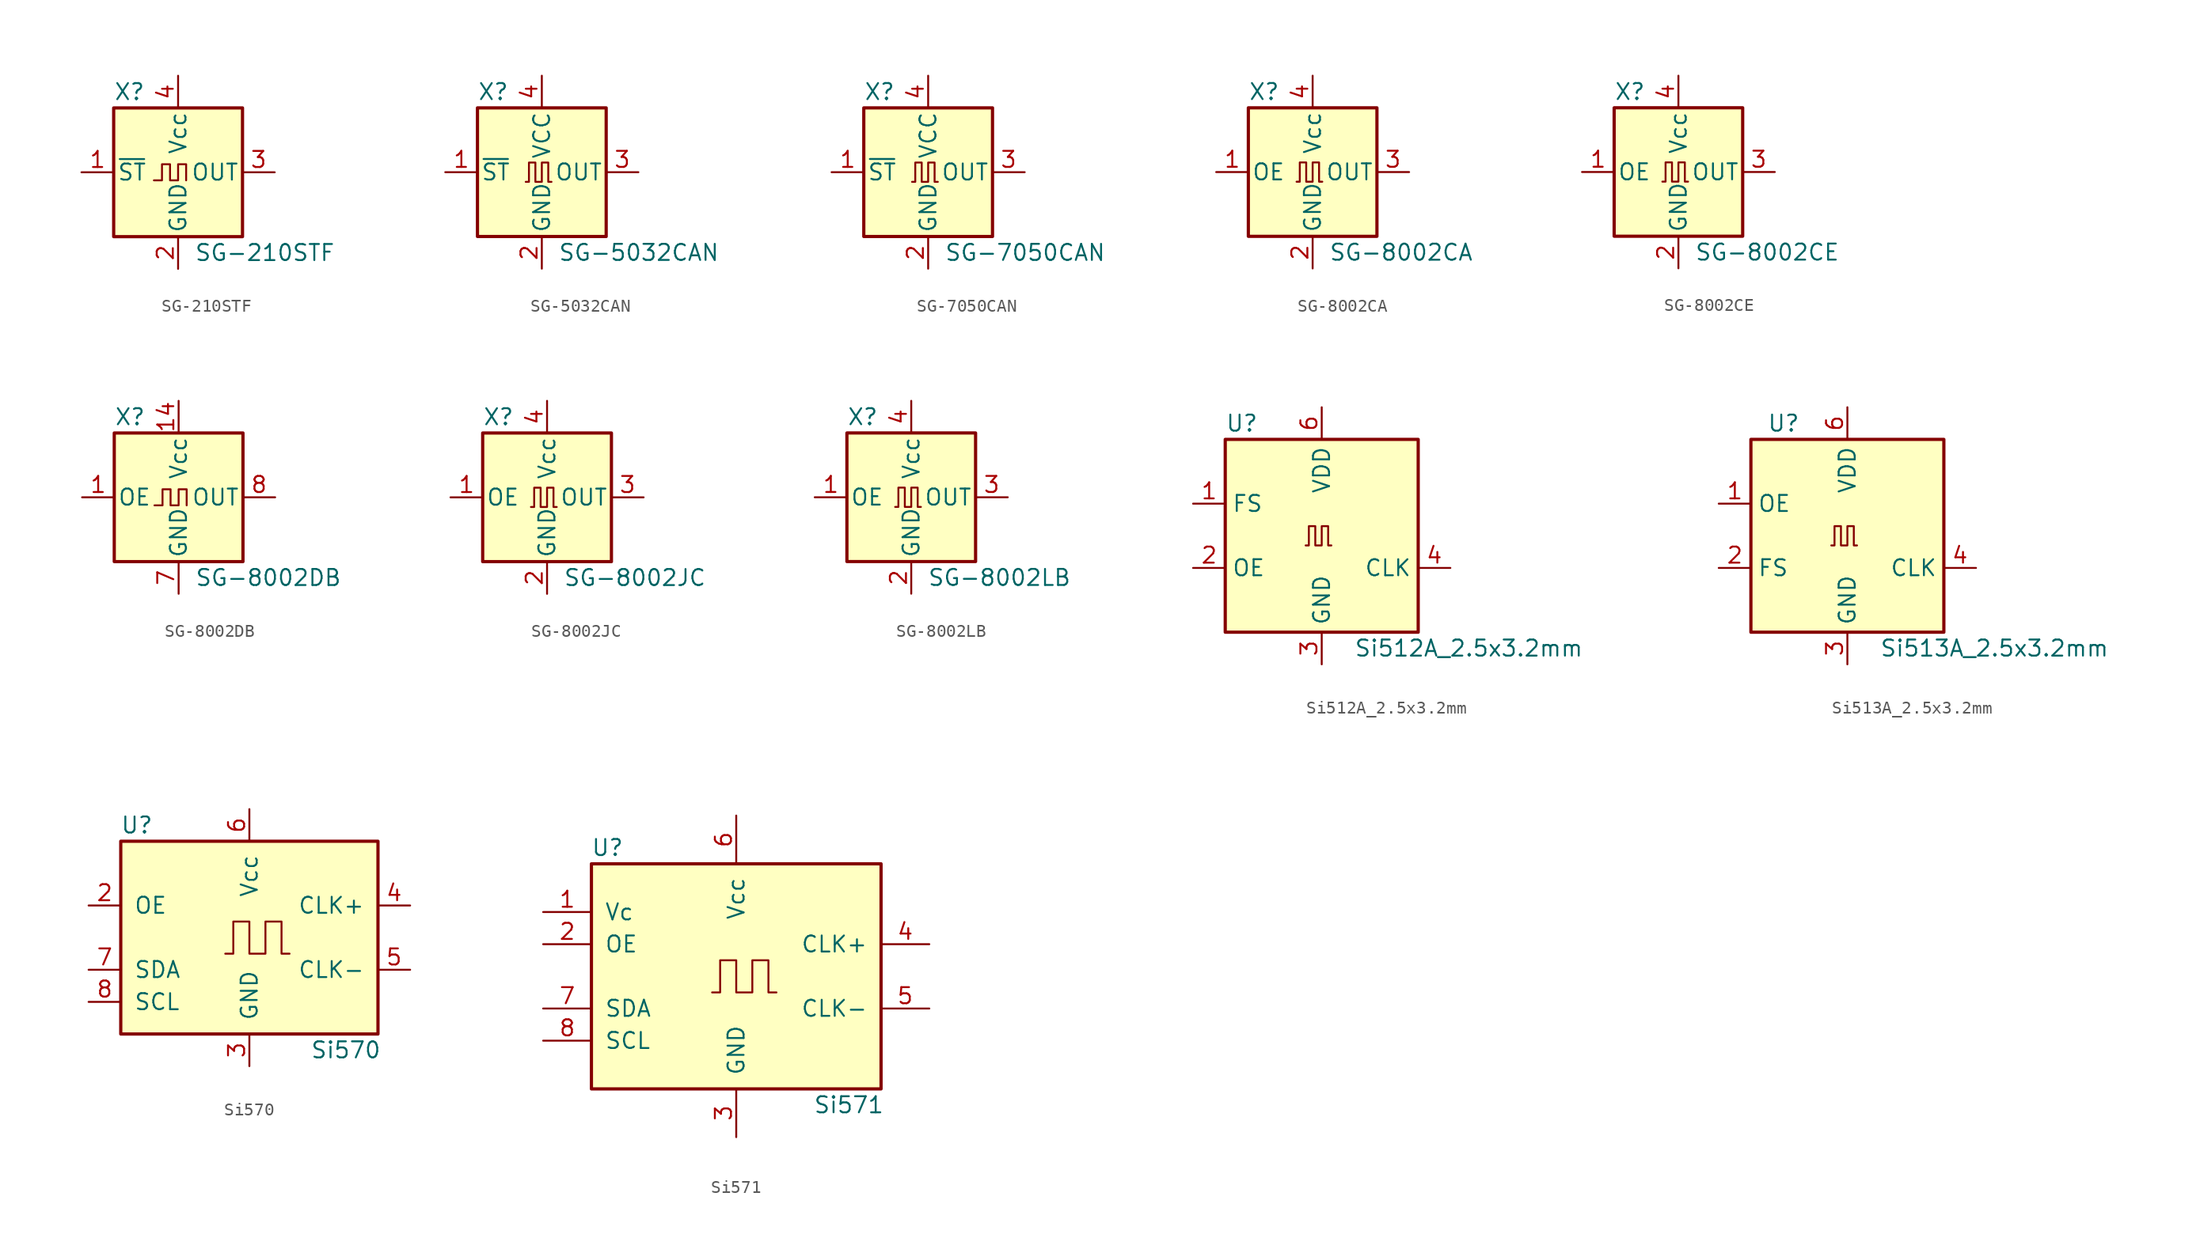
<source format=kicad_sym>
(kicad_symbol_lib
  (version 20211014)
  (generator kicad_symbol_editor)
  (symbol "SG-210STF"
    (pin_names
      (offset 0.254))
    (property "Reference" "X"
      (at -5.08 6.35 0)
      (effects (font (size 1.27 1.27)) (justify left)))
    (property "Value" "SG-210STF"
      (at 1.27 -6.35 0)
      (effects (font (size 1.27 1.27)) (justify left)))
    (symbol "SG-210STF_0_1"
      (rectangle (start -5.08 5.08) (end 5.08 -5.08) (stroke (width 0.254) (type default) (color 0 0 0 0)) (fill (type background)))
      (polyline (pts (xy -1.905 -0.635) (xy -1.27 -0.635) (xy -1.27 0.635) (xy -0.635 0.635) (xy -0.635 -0.635) (xy 0 -0.635) (xy 0 0.635) (xy 0.635 0.635) (xy 0.635 -0.635)) (stroke (width 0) (type default) (color 0 0 0 0)) (fill (type none))))
    (symbol "SG-210STF_1_1"
      (pin input line (at -7.62 0 0) (length 2.54) (name "~{ST}" (effects (font (size 1.27 1.27)))) (number "1" (effects (font (size 1.27 1.27)))))
      (pin power_in line (at 0 -7.62 90) (length 2.54) (name "GND" (effects (font (size 1.27 1.27)))) (number "2" (effects (font (size 1.27 1.27)))))
      (pin output line (at 7.62 0 180) (length 2.54) (name "OUT" (effects (font (size 1.27 1.27)))) (number "3" (effects (font (size 1.27 1.27)))))
      (pin power_in line (at 0 7.62 270) (length 2.54) (name "Vcc" (effects (font (size 1.27 1.27)))) (number "4" (effects (font (size 1.27 1.27)))))))
  (symbol "SG-5032CAN"
    (pin_names
      (offset 0.254))
    (property "Reference" "X"
      (at -5.08 6.35 0)
      (effects (font (size 1.27 1.27)) (justify left)))
    (property "Value" "SG-5032CAN"
      (at 1.27 -6.35 0)
      (effects (font (size 1.27 1.27)) (justify left)))
    (symbol "SG-5032CAN_0_1"
      (rectangle (start -5.08 5.08) (end 5.08 -5.08) (stroke (width 0.254) (type default) (color 0 0 0 0)) (fill (type background)))
      (polyline (pts (xy -1.27 -0.762) (xy -1.016 -0.762) (xy -1.016 0.762) (xy -0.508 0.762) (xy -0.508 -0.762) (xy 0 -0.762) (xy 0 0.762) (xy 0.508 0.762) (xy 0.508 -0.762) (xy 0.762 -0.762)) (stroke (width 0) (type default) (color 0 0 0 0)) (fill (type none))))
    (symbol "SG-5032CAN_1_1"
      (pin input line (at -7.62 0 0) (length 2.54) (name "~{ST}" (effects (font (size 1.27 1.27)))) (number "1" (effects (font (size 1.27 1.27)))))
      (pin power_in line (at 0 -7.62 90) (length 2.54) (name "GND" (effects (font (size 1.27 1.27)))) (number "2" (effects (font (size 1.27 1.27)))))
      (pin output line (at 7.62 0 180) (length 2.54) (name "OUT" (effects (font (size 1.27 1.27)))) (number "3" (effects (font (size 1.27 1.27)))))
      (pin power_in line (at 0 7.62 270) (length 2.54) (name "VCC" (effects (font (size 1.27 1.27)))) (number "4" (effects (font (size 1.27 1.27)))))))
  (symbol "SG-7050CAN"
    (pin_names
      (offset 0.254))
    (property "Reference" "X"
      (at -5.08 6.35 0)
      (effects (font (size 1.27 1.27)) (justify left)))
    (property "Value" "SG-7050CAN"
      (at 1.27 -6.35 0)
      (effects (font (size 1.27 1.27)) (justify left)))
    (symbol "SG-7050CAN_0_1"
      (rectangle (start -5.08 5.08) (end 5.08 -5.08) (stroke (width 0.254) (type default) (color 0 0 0 0)) (fill (type background)))
      (polyline (pts (xy -1.27 -0.762) (xy -1.016 -0.762) (xy -1.016 0.762) (xy -0.508 0.762) (xy -0.508 -0.762) (xy 0 -0.762) (xy 0 0.762) (xy 0.508 0.762) (xy 0.508 -0.762) (xy 0.762 -0.762)) (stroke (width 0) (type default) (color 0 0 0 0)) (fill (type none))))
    (symbol "SG-7050CAN_1_1"
      (pin input line (at -7.62 0 0) (length 2.54) (name "~{ST}" (effects (font (size 1.27 1.27)))) (number "1" (effects (font (size 1.27 1.27)))))
      (pin power_in line (at 0 -7.62 90) (length 2.54) (name "GND" (effects (font (size 1.27 1.27)))) (number "2" (effects (font (size 1.27 1.27)))))
      (pin output line (at 7.62 0 180) (length 2.54) (name "OUT" (effects (font (size 1.27 1.27)))) (number "3" (effects (font (size 1.27 1.27)))))
      (pin power_in line (at 0 7.62 270) (length 2.54) (name "VCC" (effects (font (size 1.27 1.27)))) (number "4" (effects (font (size 1.27 1.27)))))))
  (symbol "SG-8002CA"
    (pin_names
      (offset 0.254))
    (property "Reference" "X"
      (at -5.08 6.35 0)
      (effects (font (size 1.27 1.27)) (justify left)))
    (property "Value" "SG-8002CA"
      (at 1.27 -6.35 0)
      (effects (font (size 1.27 1.27)) (justify left)))
    (symbol "SG-8002CA_0_1"
      (rectangle (start -5.08 5.08) (end 5.08 -5.08) (stroke (width 0.254) (type default) (color 0 0 0 0)) (fill (type background)))
      (polyline (pts (xy -1.27 -0.762) (xy -1.016 -0.762) (xy -1.016 0.762) (xy -0.508 0.762) (xy -0.508 -0.762) (xy 0 -0.762) (xy 0 0.762) (xy 0.508 0.762) (xy 0.508 -0.762) (xy 0.762 -0.762)) (stroke (width 0) (type default) (color 0 0 0 0)) (fill (type none))))
    (symbol "SG-8002CA_1_1"
      (pin input line (at -7.62 0 0) (length 2.54) (name "OE" (effects (font (size 1.27 1.27)))) (number "1" (effects (font (size 1.27 1.27)))))
      (pin power_in line (at 0 -7.62 90) (length 2.54) (name "GND" (effects (font (size 1.27 1.27)))) (number "2" (effects (font (size 1.27 1.27)))))
      (pin output line (at 7.62 0 180) (length 2.54) (name "OUT" (effects (font (size 1.27 1.27)))) (number "3" (effects (font (size 1.27 1.27)))))
      (pin power_in line (at 0 7.62 270) (length 2.54) (name "Vcc" (effects (font (size 1.27 1.27)))) (number "4" (effects (font (size 1.27 1.27)))))))
  (symbol "SG-8002CE"
    (pin_names
      (offset 0.254))
    (property "Reference" "X"
      (at -5.08 6.35 0)
      (effects (font (size 1.27 1.27)) (justify left)))
    (property "Value" "SG-8002CE"
      (at 1.27 -6.35 0)
      (effects (font (size 1.27 1.27)) (justify left)))
    (symbol "SG-8002CE_0_1"
      (rectangle (start -5.08 5.08) (end 5.08 -5.08) (stroke (width 0.254) (type default) (color 0 0 0 0)) (fill (type background)))
      (polyline (pts (xy -1.27 -0.762) (xy -1.016 -0.762) (xy -1.016 0.762) (xy -0.508 0.762) (xy -0.508 -0.762) (xy 0 -0.762) (xy 0 0.762) (xy 0.508 0.762) (xy 0.508 -0.762) (xy 0.762 -0.762)) (stroke (width 0) (type default) (color 0 0 0 0)) (fill (type none))))
    (symbol "SG-8002CE_1_1"
      (pin input line (at -7.62 0 0) (length 2.54) (name "OE" (effects (font (size 1.27 1.27)))) (number "1" (effects (font (size 1.27 1.27)))))
      (pin power_in line (at 0 -7.62 90) (length 2.54) (name "GND" (effects (font (size 1.27 1.27)))) (number "2" (effects (font (size 1.27 1.27)))))
      (pin output line (at 7.62 0 180) (length 2.54) (name "OUT" (effects (font (size 1.27 1.27)))) (number "3" (effects (font (size 1.27 1.27)))))
      (pin power_in line (at 0 7.62 270) (length 2.54) (name "Vcc" (effects (font (size 1.27 1.27)))) (number "4" (effects (font (size 1.27 1.27)))))))
  (symbol "SG-8002DB"
    (pin_names
      (offset 0.254))
    (property "Reference" "X"
      (at -5.08 6.35 0)
      (effects (font (size 1.27 1.27)) (justify left)))
    (property "Value" "SG-8002DB"
      (at 1.27 -6.35 0)
      (effects (font (size 1.27 1.27)) (justify left)))
    (symbol "SG-8002DB_0_1"
      (rectangle (start -5.08 5.08) (end 5.08 -5.08) (stroke (width 0.254) (type default) (color 0 0 0 0)) (fill (type background)))
      (polyline (pts (xy -1.905 -0.635) (xy -1.27 -0.635) (xy -1.27 0.635) (xy -0.635 0.635) (xy -0.635 -0.635) (xy 0 -0.635) (xy 0 0.635) (xy 0.635 0.635) (xy 0.635 -0.635)) (stroke (width 0) (type default) (color 0 0 0 0)) (fill (type none))))
    (symbol "SG-8002DB_1_1"
      (pin input line (at -7.62 0 0) (length 2.54) (name "OE" (effects (font (size 1.27 1.27)))) (number "1" (effects (font (size 1.27 1.27)))))
      (pin power_in line (at 0 7.62 270) (length 2.54) (name "Vcc" (effects (font (size 1.27 1.27)))) (number "14" (effects (font (size 1.27 1.27)))))
      (pin power_in line (at 0 -7.62 90) (length 2.54) (name "GND" (effects (font (size 1.27 1.27)))) (number "7" (effects (font (size 1.27 1.27)))))
      (pin output line (at 7.62 0 180) (length 2.54) (name "OUT" (effects (font (size 1.27 1.27)))) (number "8" (effects (font (size 1.27 1.27)))))))
  (symbol "SG-8002JC"
    (pin_names
      (offset 0.254))
    (property "Reference" "X"
      (at -5.08 6.35 0)
      (effects (font (size 1.27 1.27)) (justify left)))
    (property "Value" "SG-8002JC"
      (at 1.27 -6.35 0)
      (effects (font (size 1.27 1.27)) (justify left)))
    (symbol "SG-8002JC_0_1"
      (rectangle (start -5.08 5.08) (end 5.08 -5.08) (stroke (width 0.254) (type default) (color 0 0 0 0)) (fill (type background)))
      (polyline (pts (xy -1.27 -0.762) (xy -1.016 -0.762) (xy -1.016 0.762) (xy -0.508 0.762) (xy -0.508 -0.762) (xy 0 -0.762) (xy 0 0.762) (xy 0.508 0.762) (xy 0.508 -0.762) (xy 0.762 -0.762)) (stroke (width 0) (type default) (color 0 0 0 0)) (fill (type none))))
    (symbol "SG-8002JC_1_1"
      (pin input line (at -7.62 0 0) (length 2.54) (name "OE" (effects (font (size 1.27 1.27)))) (number "1" (effects (font (size 1.27 1.27)))))
      (pin power_in line (at 0 -7.62 90) (length 2.54) (name "GND" (effects (font (size 1.27 1.27)))) (number "2" (effects (font (size 1.27 1.27)))))
      (pin output line (at 7.62 0 180) (length 2.54) (name "OUT" (effects (font (size 1.27 1.27)))) (number "3" (effects (font (size 1.27 1.27)))))
      (pin power_in line (at 0 7.62 270) (length 2.54) (name "Vcc" (effects (font (size 1.27 1.27)))) (number "4" (effects (font (size 1.27 1.27)))))))
  (symbol "SG-8002LB"
    (pin_names
      (offset 0.254))
    (property "Reference" "X"
      (at -5.08 6.35 0)
      (effects (font (size 1.27 1.27)) (justify left)))
    (property "Value" "SG-8002LB"
      (at 1.27 -6.35 0)
      (effects (font (size 1.27 1.27)) (justify left)))
    (symbol "SG-8002LB_0_1"
      (rectangle (start -5.08 5.08) (end 5.08 -5.08) (stroke (width 0.254) (type default) (color 0 0 0 0)) (fill (type background)))
      (polyline (pts (xy -1.27 -0.762) (xy -1.016 -0.762) (xy -1.016 0.762) (xy -0.508 0.762) (xy -0.508 -0.762) (xy 0 -0.762) (xy 0 0.762) (xy 0.508 0.762) (xy 0.508 -0.762) (xy 0.762 -0.762)) (stroke (width 0) (type default) (color 0 0 0 0)) (fill (type none))))
    (symbol "SG-8002LB_1_1"
      (pin input line (at -7.62 0 0) (length 2.54) (name "OE" (effects (font (size 1.27 1.27)))) (number "1" (effects (font (size 1.27 1.27)))))
      (pin power_in line (at 0 -7.62 90) (length 2.54) (name "GND" (effects (font (size 1.27 1.27)))) (number "2" (effects (font (size 1.27 1.27)))))
      (pin output line (at 7.62 0 180) (length 2.54) (name "OUT" (effects (font (size 1.27 1.27)))) (number "3" (effects (font (size 1.27 1.27)))))
      (pin power_in line (at 0 7.62 270) (length 2.54) (name "Vcc" (effects (font (size 1.27 1.27)))) (number "4" (effects (font (size 1.27 1.27)))))))
  (symbol "Si512A_2.5x3.2mm"
    (property "Reference" "U"
      (at -7.62 8.89 0)
      (effects (font (size 1.27 1.27)) (justify left)))
    (property "Value" "Si512A_2.5x3.2mm"
      (at 2.54 -8.89 0)
      (effects (font (size 1.27 1.27)) (justify left)))
    (symbol "Si512A_2.5x3.2mm_0_1"
      (rectangle (start -7.62 7.62) (end 7.62 -7.62) (stroke (width 0.254) (type default) (color 0 0 0 0)) (fill (type background)))
      (polyline (pts (xy -1.27 -0.762) (xy -1.016 -0.762) (xy -1.016 0.762) (xy -0.508 0.762) (xy -0.508 -0.762) (xy 0 -0.762) (xy 0 0.762) (xy 0.508 0.762) (xy 0.508 -0.762) (xy 0.762 -0.762)) (stroke (width 0) (type default) (color 0 0 0 0)) (fill (type none))))
    (symbol "Si512A_2.5x3.2mm_1_1"
      (pin input line (at -10.16 2.54 0) (length 2.54) (name "FS" (effects (font (size 1.27 1.27)))) (number "1" (effects (font (size 1.27 1.27)))))
      (pin input line (at -10.16 -2.54 0) (length 2.54) (name "OE" (effects (font (size 1.27 1.27)))) (number "2" (effects (font (size 1.27 1.27)))))
      (pin power_in line (at 0 -10.16 90) (length 2.54) (name "GND" (effects (font (size 1.27 1.27)))) (number "3" (effects (font (size 1.27 1.27)))))
      (pin output line (at 10.16 -2.54 180) (length 2.54) (name "CLK" (effects (font (size 1.27 1.27)))) (number "4" (effects (font (size 1.27 1.27)))))
      (pin no_connect line (at 7.62 2.54 180) (length 2.54) hide (name "NC" (effects (font (size 1.27 1.27)))) (number "5" (effects (font (size 1.27 1.27)))))
      (pin power_in line (at 0 10.16 270) (length 2.54) (name "VDD" (effects (font (size 1.27 1.27)))) (number "6" (effects (font (size 1.27 1.27)))))))
  (symbol "Si513A_2.5x3.2mm"
    (property "Reference" "U"
      (at -6.35 8.89 0)
      (effects (font (size 1.27 1.27)) (justify left)))
    (property "Value" "Si513A_2.5x3.2mm"
      (at 2.54 -8.89 0)
      (effects (font (size 1.27 1.27)) (justify left)))
    (symbol "Si513A_2.5x3.2mm_0_1"
      (rectangle (start -7.62 7.62) (end 7.62 -7.62) (stroke (width 0.254) (type default) (color 0 0 0 0)) (fill (type background)))
      (polyline (pts (xy -1.27 -0.762) (xy -1.016 -0.762) (xy -1.016 0.762) (xy -0.508 0.762) (xy -0.508 -0.762) (xy 0 -0.762) (xy 0 0.762) (xy 0.508 0.762) (xy 0.508 -0.762) (xy 0.762 -0.762)) (stroke (width 0) (type default) (color 0 0 0 0)) (fill (type none))))
    (symbol "Si513A_2.5x3.2mm_1_1"
      (pin input line (at -10.16 2.54 0) (length 2.54) (name "OE" (effects (font (size 1.27 1.27)))) (number "1" (effects (font (size 1.27 1.27)))))
      (pin input line (at -10.16 -2.54 0) (length 2.54) (name "FS" (effects (font (size 1.27 1.27)))) (number "2" (effects (font (size 1.27 1.27)))))
      (pin power_in line (at 0 -10.16 90) (length 2.54) (name "GND" (effects (font (size 1.27 1.27)))) (number "3" (effects (font (size 1.27 1.27)))))
      (pin output line (at 10.16 -2.54 180) (length 2.54) (name "CLK" (effects (font (size 1.27 1.27)))) (number "4" (effects (font (size 1.27 1.27)))))
      (pin no_connect line (at 7.62 2.54 180) (length 2.54) hide (name "NC" (effects (font (size 1.27 1.27)))) (number "5" (effects (font (size 1.27 1.27)))))
      (pin power_in line (at 0 10.16 270) (length 2.54) (name "VDD" (effects (font (size 1.27 1.27)))) (number "6" (effects (font (size 1.27 1.27)))))))
  (symbol "Si570"
    (pin_names
      (offset 1.016))
    (property "Reference" "U"
      (at -8.89 8.89 0)
      (effects (font (size 1.27 1.27))))
    (property "Value" "Si570"
      (at 7.62 -8.89 0)
      (effects (font (size 1.27 1.27))))
    (symbol "Si570_0_1"
      (rectangle (start -10.16 7.62) (end 10.16 -7.62) (stroke (width 0.254) (type default) (color 0 0 0 0)) (fill (type background)))
      (polyline (pts (xy -1.905 -1.27) (xy -1.27 -1.27) (xy -1.27 1.27) (xy 0 1.27) (xy 0 -1.27) (xy 1.27 -1.27) (xy 1.27 1.27) (xy 2.54 1.27) (xy 2.54 -1.27) (xy 3.175 -1.27)) (stroke (width 0) (type default) (color 0 0 0 0)) (fill (type none))))
    (symbol "Si570_1_1"
      (pin no_connect line (at -10.16 5.08 0) (length 2.54) hide (name "NC" (effects (font (size 1.27 1.27)))) (number "1" (effects (font (size 1.27 1.27)))))
      (pin input line (at -12.7 2.54 0) (length 2.54) (name "OE" (effects (font (size 1.27 1.27)))) (number "2" (effects (font (size 1.27 1.27)))))
      (pin power_in line (at 0 -10.16 90) (length 2.54) (name "GND" (effects (font (size 1.27 1.27)))) (number "3" (effects (font (size 1.27 1.27)))))
      (pin output line (at 12.7 2.54 180) (length 2.54) (name "CLK+" (effects (font (size 1.27 1.27)))) (number "4" (effects (font (size 1.27 1.27)))))
      (pin output line (at 12.7 -2.54 180) (length 2.54) (name "CLK-" (effects (font (size 1.27 1.27)))) (number "5" (effects (font (size 1.27 1.27)))))
      (pin power_in line (at 0 10.16 270) (length 2.54) (name "Vcc" (effects (font (size 1.27 1.27)))) (number "6" (effects (font (size 1.27 1.27)))))
      (pin bidirectional line (at -12.7 -2.54 0) (length 2.54) (name "SDA" (effects (font (size 1.27 1.27)))) (number "7" (effects (font (size 1.27 1.27)))))
      (pin input line (at -12.7 -5.08 0) (length 2.54) (name "SCL" (effects (font (size 1.27 1.27)))) (number "8" (effects (font (size 1.27 1.27)))))))
  (symbol "Si571"
    (pin_names
      (offset 1.016))
    (property "Reference" "U"
      (at -10.16 10.16 0)
      (effects (font (size 1.27 1.27))))
    (property "Value" "Si571"
      (at 8.89 -10.16 0)
      (effects (font (size 1.27 1.27))))
    (symbol "Si571_0_1"
      (rectangle (start -11.43 8.89) (end 11.43 -8.89) (stroke (width 0.254) (type default) (color 0 0 0 0)) (fill (type background)))
      (polyline (pts (xy -1.905 -1.27) (xy -1.27 -1.27) (xy -1.27 1.27) (xy 0 1.27) (xy 0 -1.27) (xy 1.27 -1.27) (xy 1.27 1.27) (xy 2.54 1.27) (xy 2.54 -1.27) (xy 3.175 -1.27)) (stroke (width 0) (type default) (color 0 0 0 0)) (fill (type none))))
    (symbol "Si571_1_1"
      (pin input line (at -15.24 5.08 0) (length 3.81) (name "Vc" (effects (font (size 1.27 1.27)))) (number "1" (effects (font (size 1.27 1.27)))))
      (pin input line (at -15.24 2.54 0) (length 3.81) (name "OE" (effects (font (size 1.27 1.27)))) (number "2" (effects (font (size 1.27 1.27)))))
      (pin power_in line (at 0 -12.7 90) (length 3.81) (name "GND" (effects (font (size 1.27 1.27)))) (number "3" (effects (font (size 1.27 1.27)))))
      (pin output line (at 15.24 2.54 180) (length 3.81) (name "CLK+" (effects (font (size 1.27 1.27)))) (number "4" (effects (font (size 1.27 1.27)))))
      (pin output line (at 15.24 -2.54 180) (length 3.81) (name "CLK-" (effects (font (size 1.27 1.27)))) (number "5" (effects (font (size 1.27 1.27)))))
      (pin power_in line (at 0 12.7 270) (length 3.81) (name "Vcc" (effects (font (size 1.27 1.27)))) (number "6" (effects (font (size 1.27 1.27)))))
      (pin bidirectional line (at -15.24 -2.54 0) (length 3.81) (name "SDA" (effects (font (size 1.27 1.27)))) (number "7" (effects (font (size 1.27 1.27)))))
      (pin input line (at -15.24 -5.08 0) (length 3.81) (name "SCL" (effects (font (size 1.27 1.27)))) (number "8" (effects (font (size 1.27 1.27))))))))
</source>
